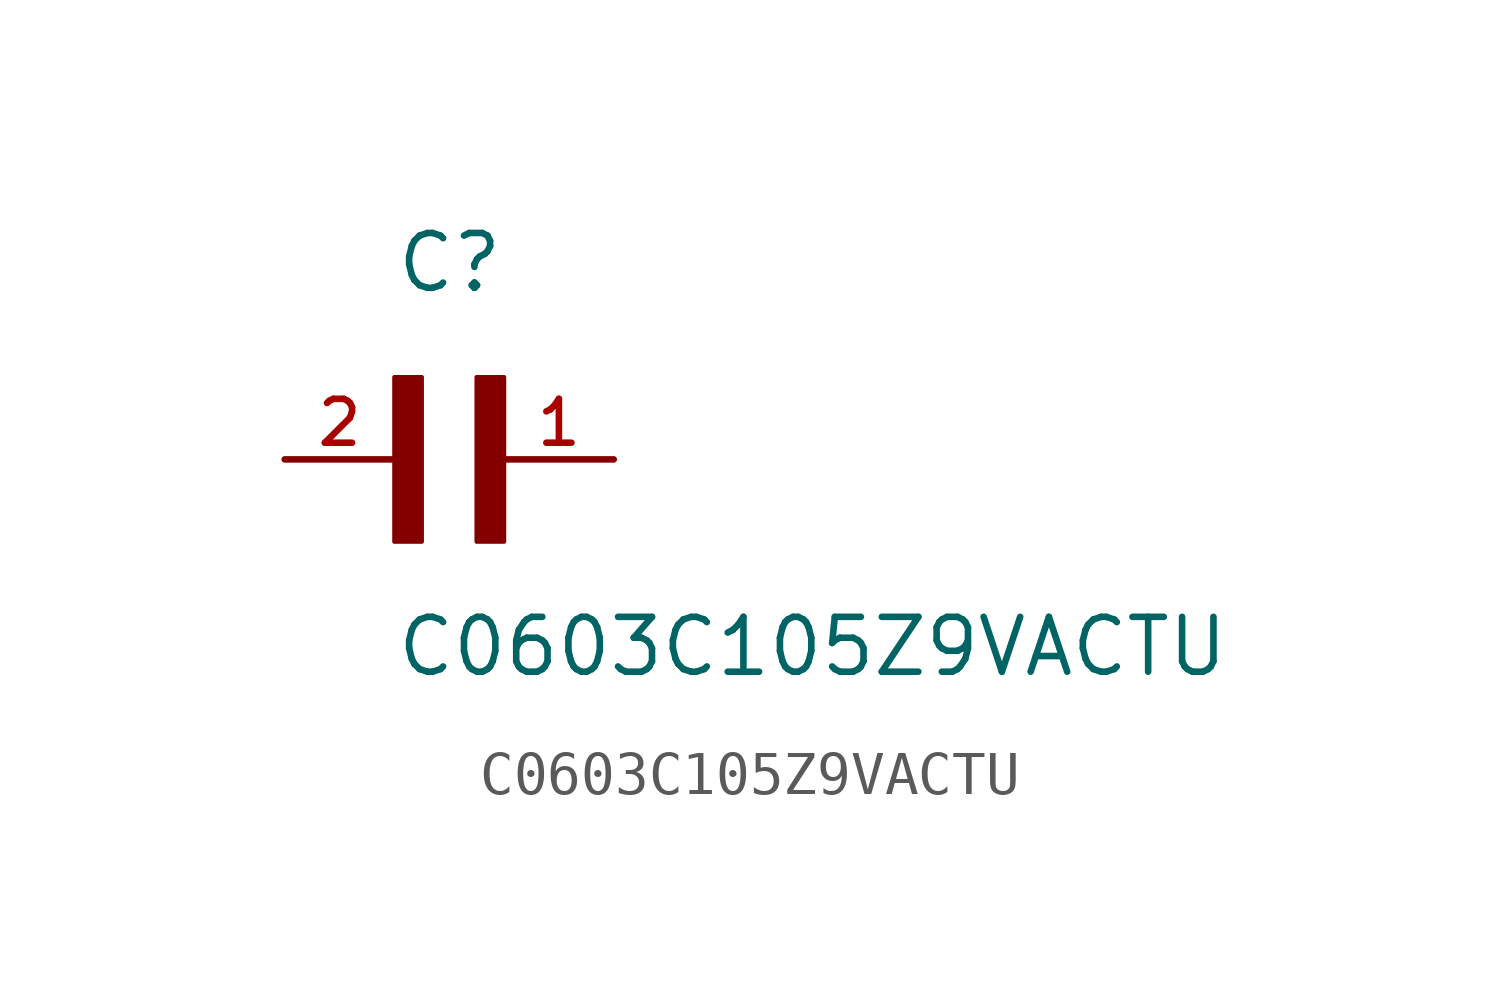
<source format=kicad_sym>
(kicad_symbol_lib
  (version 20211014)
  (generator kicad_symbol_editor)
  (symbol "C0603C105Z9VACTU"
    (pin_names
      (offset 1.016))
    (property "Reference" "C"
      (at 0.0 3.81 0)
      (effects (font (size 1.27 1.27)) (justify bottom left)))
    (property "Value" "C0603C105Z9VACTU"
      (at 0.0 -5.08 0)
      (effects (font (size 1.27 1.27)) (justify bottom left)))
    (symbol "C0603C105Z9VACTU_0_0"
      (rectangle (start 0.0 -1.905) (end 0.635 1.905) (stroke (width 0.1)) (fill (type outline)))
      (rectangle (start 1.905 -1.905) (end 2.54 1.905) (stroke (width 0.1)) (fill (type outline)))
      (pin passive line (at 5.08 0.0 180.0) (length 2.54) (name "~" (effects (font (size 1.016 1.016)))) (number "1" (effects (font (size 1.016 1.016)))))
      (pin passive line (at -2.54 0.0 0) (length 2.54) (name "~" (effects (font (size 1.016 1.016)))) (number "2" (effects (font (size 1.016 1.016))))))))
</source>
